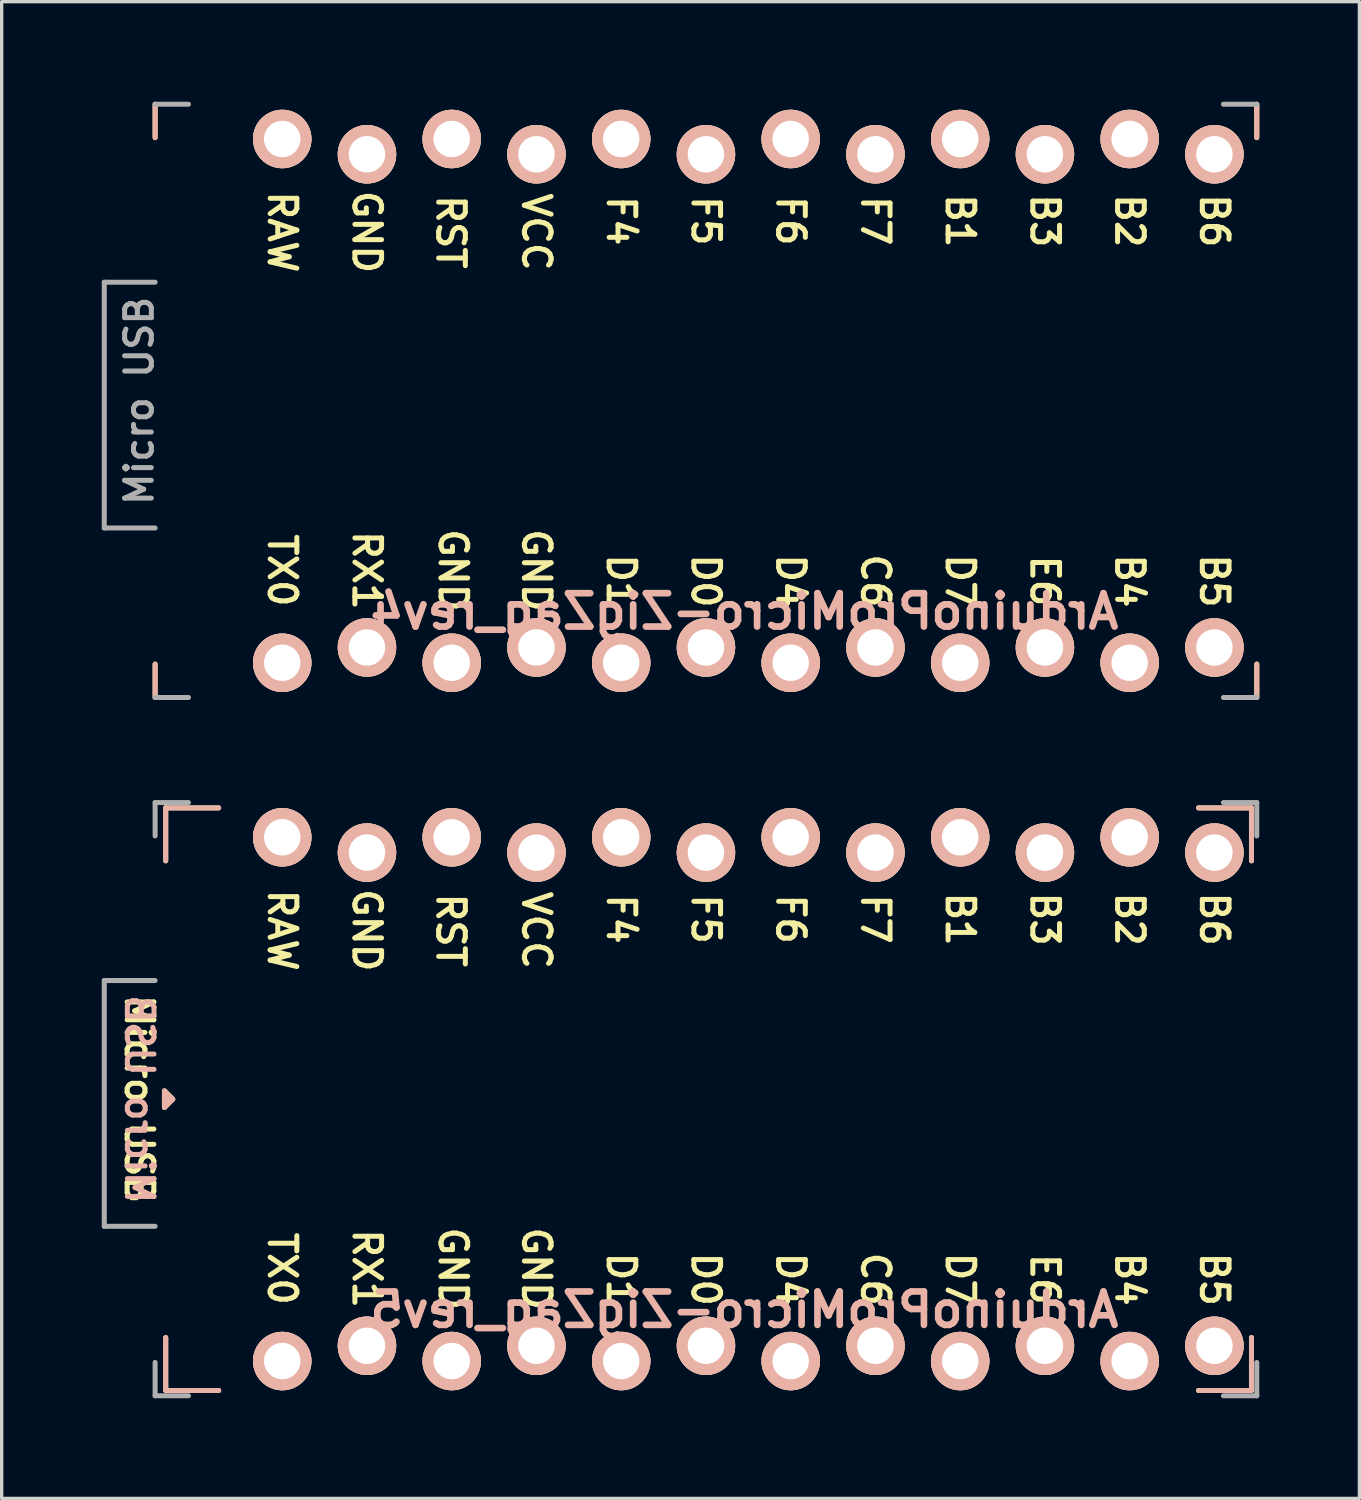
<source format=kicad_pcb>
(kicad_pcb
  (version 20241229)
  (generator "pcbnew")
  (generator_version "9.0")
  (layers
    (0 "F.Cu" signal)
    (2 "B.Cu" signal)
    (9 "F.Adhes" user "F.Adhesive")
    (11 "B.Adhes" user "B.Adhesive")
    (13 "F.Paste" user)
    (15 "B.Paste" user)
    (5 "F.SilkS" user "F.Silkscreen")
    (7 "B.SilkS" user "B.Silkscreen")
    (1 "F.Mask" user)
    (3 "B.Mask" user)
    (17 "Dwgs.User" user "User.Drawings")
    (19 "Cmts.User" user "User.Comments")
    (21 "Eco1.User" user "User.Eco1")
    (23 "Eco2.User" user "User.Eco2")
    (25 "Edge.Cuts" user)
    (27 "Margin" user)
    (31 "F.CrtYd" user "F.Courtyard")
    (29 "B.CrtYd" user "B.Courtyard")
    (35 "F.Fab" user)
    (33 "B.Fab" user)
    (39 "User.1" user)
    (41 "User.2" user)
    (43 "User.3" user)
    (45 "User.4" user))
  (footprint "ArduinoProMicro-ZigZag_rev5"
    (layer "F.Cu")
    (at 19.379 29.895)
    (property "Reference" "ArduinoProMicro-ZigZag_rev5" (at -0.118 6.312 0) (layer "B.SilkS") (effects (font (size 1 1) (thickness 0.2)) (justify mirror)))
    (attr through_hole)
    (fp_line (start -17.462 -8.731) (end -17.462 -7.144) (stroke (width 0.15) (type solid)) (layer "F.SilkS"))
    (fp_line (start -17.462 7.144) (end -17.462 8.731) (stroke (width 0.15) (type solid)) (layer "F.SilkS"))
    (fp_line (start -17.462 8.731) (end -15.875 8.731) (stroke (width 0.15) (type solid)) (layer "F.SilkS"))
    (fp_line (start -15.875 -8.731) (end -17.462 -8.731) (stroke (width 0.15) (type solid)) (layer "F.SilkS"))
    (fp_line (start 15.081 -8.731) (end 13.494 -8.731) (stroke (width 0.15) (type solid)) (layer "F.SilkS"))
    (fp_line (start 15.081 -7.144) (end 15.081 -8.731) (stroke (width 0.15) (type solid)) (layer "F.SilkS"))
    (fp_line (start 15.081 7.144) (end 15.081 8.731) (stroke (width 0.15) (type solid)) (layer "F.SilkS"))
    (fp_line (start 15.081 8.731) (end 13.494 8.731) (stroke (width 0.15) (type solid)) (layer "F.SilkS"))
    (fp_poly (pts (xy -17.5 -0.25) (xy -17.5 0.25) (xy -17.25 0)) (stroke (width 0.15) (type solid)) (fill yes) (layer "F.SilkS"))
    (fp_line (start -17.462 -8.731) (end -17.462 -7.144) (stroke (width 0.15) (type solid)) (layer "B.SilkS"))
    (fp_line (start -17.462 7.144) (end -17.462 8.731) (stroke (width 0.15) (type solid)) (layer "B.SilkS"))
    (fp_line (start -17.462 8.731) (end -15.875 8.731) (stroke (width 0.15) (type solid)) (layer "B.SilkS"))
    (fp_line (start -15.875 -8.731) (end -17.462 -8.731) (stroke (width 0.15) (type solid)) (layer "B.SilkS"))
    (fp_line (start 13.494 8.731) (end 15.081 8.731) (stroke (width 0.15) (type solid)) (layer "B.SilkS"))
    (fp_line (start 15.081 -8.731) (end 13.494 -8.731) (stroke (width 0.15) (type solid)) (layer "B.SilkS"))
    (fp_line (start 15.081 -7.144) (end 15.081 -8.731) (stroke (width 0.15) (type solid)) (layer "B.SilkS"))
    (fp_line (start 15.081 8.731) (end 15.081 7.144) (stroke (width 0.15) (type solid)) (layer "B.SilkS"))
    (fp_poly (pts (xy -17.5 -0.25) (xy -17.5 0.25) (xy -17.25 0)) (stroke (width 0.15) (type solid)) (fill yes) (layer "B.SilkS"))
    (fp_line (start -19.304 -3.556) (end -17.78 -3.556) (stroke (width 0.15) (type solid)) (layer "F.Fab"))
    (fp_line (start -19.304 3.81) (end -19.304 -3.556) (stroke (width 0.15) (type solid)) (layer "F.Fab"))
    (fp_line (start -17.78 -8.89) (end -17.78 -7.89) (stroke (width 0.15) (type solid)) (layer "F.Fab"))
    (fp_line (start -17.78 -8.89) (end -16.78 -8.89) (stroke (width 0.15) (type solid)) (layer "F.Fab"))
    (fp_line (start -17.78 3.81) (end -19.304 3.81) (stroke (width 0.15) (type solid)) (layer "F.Fab"))
    (fp_line (start -17.78 7.89) (end -17.78 8.89) (stroke (width 0.15) (type solid)) (layer "F.Fab"))
    (fp_line (start -17.78 8.89) (end -16.78 8.89) (stroke (width 0.15) (type solid)) (layer "F.Fab"))
    (fp_line (start 15.24 -8.89) (end 14.24 -8.89) (stroke (width 0.15) (type solid)) (layer "F.Fab"))
    (fp_line (start 15.24 -8.89) (end 15.24 -7.89) (stroke (width 0.15) (type solid)) (layer "F.Fab"))
    (fp_line (start 15.24 8.89) (end 14.24 8.89) (stroke (width 0.15) (type solid)) (layer "F.Fab"))
    (fp_line (start 15.24 8.89) (end 15.24 7.89) (stroke (width 0.15) (type solid)) (layer "F.Fab"))
    (fp_text user "B4" (at 11.43 5.397 270) (unlocked yes) (layer "F.SilkS") (effects (font (size 0.8 0.8) (thickness 0.15))))
    (fp_text user "RX1" (at -11.43 5.08 270) (unlocked yes) (layer "F.SilkS") (effects (font (size 0.8 0.8) (thickness 0.15))))
    (fp_text user "VCC" (at -6.35 -5.062 270) (unlocked yes) (layer "F.SilkS") (effects (font (size 0.8 0.8) (thickness 0.15))))
    (fp_text user "GND" (at -8.849 5.08 270) (unlocked yes) (layer "F.SilkS") (effects (font (size 0.8 0.8) (thickness 0.15))))
    (fp_text user "F5" (at -1.27 -5.397 270) (unlocked yes) (layer "F.SilkS") (effects (font (size 0.8 0.8) (thickness 0.15))))
    (fp_text user "GND" (at -11.43 -5.062 270) (unlocked yes) (layer "F.SilkS") (effects (font (size 0.8 0.8) (thickness 0.15))))
    (fp_text user "D7" (at 6.35 5.397 270) (unlocked yes) (layer "F.SilkS") (effects (font (size 0.8 0.8) (thickness 0.15))))
    (fp_text user "B3" (at 8.89 -5.397 270) (unlocked yes) (layer "F.SilkS") (effects (font (size 0.8 0.8) (thickness 0.15))))
    (fp_text user "GND" (at -6.35 5.08 270) (unlocked yes) (layer "F.SilkS") (effects (font (size 0.8 0.8) (thickness 0.15))))
    (fp_text user "TX0" (at -13.97 5.08 270) (unlocked yes) (layer "F.SilkS") (effects (font (size 0.8 0.8) (thickness 0.15))))
    (fp_text user "E6" (at 8.89 5.397 270) (unlocked yes) (layer "F.SilkS") (effects (font (size 0.8 0.8) (thickness 0.15))))
    (fp_text user "RST" (at -8.92 -5.062 270) (unlocked yes) (layer "F.SilkS") (effects (font (size 0.8 0.8) (thickness 0.15))))
    (fp_text user "F7" (at 3.81 -5.397 270) (unlocked yes) (layer "F.SilkS") (effects (font (size 0.8 0.8) (thickness 0.15))))
    (fp_text user "B1" (at 6.35 -5.397 270) (unlocked yes) (layer "F.SilkS") (effects (font (size 0.8 0.8) (thickness 0.15))))
    (fp_text user "D0" (at -1.27 5.397 270) (unlocked yes) (layer "F.SilkS") (effects (font (size 0.8 0.8) (thickness 0.15))))
    (fp_text user "F6" (at 1.27 -5.397 270) (unlocked yes) (layer "F.SilkS") (effects (font (size 0.8 0.8) (thickness 0.15))))
    (fp_text user "C6" (at 3.81 5.397 270) (unlocked yes) (layer "F.SilkS") (effects (font (size 0.8 0.8) (thickness 0.15))))
    (fp_text user "B5" (at 13.97 5.397 270) (unlocked yes) (layer "F.SilkS") (effects (font (size 0.8 0.8) (thickness 0.15))))
    (fp_text user "Micro USB" (at -18.256 0 270) (unlocked yes) (layer "F.SilkS") (effects (font (size 0.8 0.8) (thickness 0.15))))
    (fp_text user "RAW" (at -13.97 -5.062 270) (unlocked yes) (layer "F.SilkS") (effects (font (size 0.8 0.8) (thickness 0.15))))
    (fp_text user "B6" (at 13.97 -5.397 270) (unlocked yes) (layer "F.SilkS") (effects (font (size 0.8 0.8) (thickness 0.15))))
    (fp_text user "F4" (at -3.81 -5.397 270) (unlocked yes) (layer "F.SilkS") (effects (font (size 0.8 0.8) (thickness 0.15))))
    (fp_text user "D4" (at 1.27 5.397 270) (unlocked yes) (layer "F.SilkS") (effects (font (size 0.8 0.8) (thickness 0.15))))
    (fp_text user "D1" (at -3.81 5.397 270) (unlocked yes) (layer "F.SilkS") (effects (font (size 0.8 0.8) (thickness 0.15))))
    (fp_text user "B2" (at 11.43 -5.397 270) (unlocked yes) (layer "F.SilkS") (effects (font (size 0.8 0.8) (thickness 0.15))))
    (fp_text user "Micro USB" (at -18.25 0 270) (unlocked yes) (layer "B.SilkS") (effects (font (size 0.8 0.8) (thickness 0.15)) (justify mirror)))
    (pad "1" thru_hole circle (at -13.97 7.849) (size 1.753 1.753) (drill 1.092) (layers "*.Cu" "*.SilkS" "*.Mask"))
    (pad "2" thru_hole circle (at -11.43 7.391) (size 1.753 1.753) (drill 1.092) (layers "*.Cu" "*.SilkS" "*.Mask"))
    (pad "3" thru_hole circle (at -8.89 7.849) (size 1.753 1.753) (drill 1.092) (layers "*.Cu" "*.SilkS" "*.Mask"))
    (pad "4" thru_hole circle (at -6.35 7.391) (size 1.753 1.753) (drill 1.092) (layers "*.Cu" "*.SilkS" "*.Mask"))
    (pad "5" thru_hole circle (at -3.81 7.849) (size 1.753 1.753) (drill 1.092) (layers "*.Cu" "*.SilkS" "*.Mask"))
    (pad "6" thru_hole circle (at -1.27 7.391) (size 1.753 1.753) (drill 1.092) (layers "*.Cu" "*.SilkS" "*.Mask"))
    (pad "7" thru_hole circle (at 1.27 7.849) (size 1.753 1.753) (drill 1.092) (layers "*.Cu" "*.SilkS" "*.Mask"))
    (pad "8" thru_hole circle (at 3.81 7.391) (size 1.753 1.753) (drill 1.092) (layers "*.Cu" "*.SilkS" "*.Mask"))
    (pad "9" thru_hole circle (at 6.35 7.849) (size 1.753 1.753) (drill 1.092) (layers "*.Cu" "*.SilkS" "*.Mask"))
    (pad "10" thru_hole circle (at 8.89 7.391) (size 1.753 1.753) (drill 1.092) (layers "*.Cu" "*.SilkS" "*.Mask"))
    (pad "11" thru_hole circle (at 11.43 7.849) (size 1.753 1.753) (drill 1.092) (layers "*.Cu" "*.SilkS" "*.Mask"))
    (pad "12" thru_hole circle (at 13.97 7.391) (size 1.753 1.753) (drill 1.092) (layers "*.Cu" "*.SilkS" "*.Mask"))
    (pad "13" thru_hole circle (at 13.97 -7.391) (size 1.753 1.753) (drill 1.092) (layers "*.Cu" "*.SilkS" "*.Mask"))
    (pad "14" thru_hole circle (at 11.43 -7.849) (size 1.753 1.753) (drill 1.092) (layers "*.Cu" "*.SilkS" "*.Mask"))
    (pad "15" thru_hole circle (at 8.89 -7.391) (size 1.753 1.753) (drill 1.092) (layers "*.Cu" "*.SilkS" "*.Mask"))
    (pad "16" thru_hole circle (at 6.35 -7.849) (size 1.753 1.753) (drill 1.092) (layers "*.Cu" "*.SilkS" "*.Mask"))
    (pad "17" thru_hole circle (at 3.81 -7.391) (size 1.753 1.753) (drill 1.092) (layers "*.Cu" "*.SilkS" "*.Mask"))
    (pad "18" thru_hole circle (at 1.27 -7.849) (size 1.753 1.753) (drill 1.092) (layers "*.Cu" "*.SilkS" "*.Mask"))
    (pad "19" thru_hole circle (at -1.27 -7.391) (size 1.753 1.753) (drill 1.092) (layers "*.Cu" "*.SilkS" "*.Mask"))
    (pad "20" thru_hole circle (at -3.81 -7.849) (size 1.753 1.753) (drill 1.092) (layers "*.Cu" "*.SilkS" "*.Mask"))
    (pad "21" thru_hole circle (at -6.35 -7.391) (size 1.753 1.753) (drill 1.092) (layers "*.Cu" "*.SilkS" "*.Mask"))
    (pad "22" thru_hole circle (at -8.89 -7.849) (size 1.753 1.753) (drill 1.092) (layers "*.Cu" "*.SilkS" "*.Mask"))
    (pad "23" thru_hole circle (at -11.43 -7.391) (size 1.753 1.753) (drill 1.092) (layers "*.Cu" "*.SilkS" "*.Mask"))
    (pad "24" thru_hole circle (at -13.97 -7.849) (size 1.753 1.753) (drill 1.092) (layers "*.Cu" "*.SilkS" "*.Mask")))
  (footprint "ArduinoProMicro-ZigZag_rev4"
    (layer "F.Cu")
    (at 19.379 8.965)
    (property "Reference" "ArduinoProMicro-ZigZag_rev4" (at -0.118 6.312 0) (layer "B.SilkS") (effects (font (size 1 1) (thickness 0.2)) (justify mirror)))
    (attr through_hole)
    (fp_line (start -17.78 -8.89) (end -17.78 -7.89) (stroke (width 0.15) (type solid)) (layer "F.SilkS"))
    (fp_line (start -17.78 7.89) (end -17.78 8.89) (stroke (width 0.15) (type solid)) (layer "F.SilkS"))
    (fp_line (start 15.24 -8.89) (end 15.24 -7.89) (stroke (width 0.15) (type solid)) (layer "F.SilkS"))
    (fp_line (start 15.24 8.89) (end 15.24 7.89) (stroke (width 0.15) (type solid)) (layer "F.SilkS"))
    (fp_line (start -17.78 -8.89) (end -17.78 -7.89) (stroke (width 0.15) (type solid)) (layer "B.SilkS"))
    (fp_line (start -17.78 7.89) (end -17.78 8.89) (stroke (width 0.15) (type solid)) (layer "B.SilkS"))
    (fp_line (start 15.24 -8.89) (end 15.24 -7.89) (stroke (width 0.15) (type solid)) (layer "B.SilkS"))
    (fp_line (start 15.24 8.89) (end 15.24 7.89) (stroke (width 0.15) (type solid)) (layer "B.SilkS"))
    (fp_line (start -19.304 -3.556) (end -17.78 -3.556) (stroke (width 0.15) (type solid)) (layer "F.Fab"))
    (fp_line (start -19.304 3.81) (end -19.304 -3.556) (stroke (width 0.15) (type solid)) (layer "F.Fab"))
    (fp_line (start -17.78 -8.89) (end -16.78 -8.89) (stroke (width 0.15) (type solid)) (layer "F.Fab"))
    (fp_line (start -17.78 3.81) (end -19.304 3.81) (stroke (width 0.15) (type solid)) (layer "F.Fab"))
    (fp_line (start -17.78 8.89) (end -16.78 8.89) (stroke (width 0.15) (type solid)) (layer "F.Fab"))
    (fp_line (start 15.24 -8.89) (end 14.24 -8.89) (stroke (width 0.15) (type solid)) (layer "F.Fab"))
    (fp_line (start 15.24 8.89) (end 14.24 8.89) (stroke (width 0.15) (type solid)) (layer "F.Fab"))
    (fp_text user "B1" (at 6.35 -5.397 270) (unlocked yes) (layer "F.SilkS") (effects (font (size 0.8 0.8) (thickness 0.15))))
    (fp_text user "GND" (at -6.35 5.08 270) (unlocked yes) (layer "F.SilkS") (effects (font (size 0.8 0.8) (thickness 0.15))))
    (fp_text user "VCC" (at -6.35 -5.062 270) (unlocked yes) (layer "F.SilkS") (effects (font (size 0.8 0.8) (thickness 0.15))))
    (fp_text user "RST" (at -8.92 -5.062 270) (unlocked yes) (layer "F.SilkS") (effects (font (size 0.8 0.8) (thickness 0.15))))
    (fp_text user "RAW" (at -13.97 -5.062 270) (unlocked yes) (layer "F.SilkS") (effects (font (size 0.8 0.8) (thickness 0.15))))
    (fp_text user "F6" (at 1.27 -5.397 270) (unlocked yes) (layer "F.SilkS") (effects (font (size 0.8 0.8) (thickness 0.15))))
    (fp_text user "D0" (at -1.27 5.397 270) (unlocked yes) (layer "F.SilkS") (effects (font (size 0.8 0.8) (thickness 0.15))))
    (fp_text user "D1" (at -3.81 5.397 270) (unlocked yes) (layer "F.SilkS") (effects (font (size 0.8 0.8) (thickness 0.15))))
    (fp_text user "RX1" (at -11.43 5.08 270) (unlocked yes) (layer "F.SilkS") (effects (font (size 0.8 0.8) (thickness 0.15))))
    (fp_text user "GND" (at -11.43 -5.062 270) (unlocked yes) (layer "F.SilkS") (effects (font (size 0.8 0.8) (thickness 0.15))))
    (fp_text user "B4" (at 11.43 5.397 270) (unlocked yes) (layer "F.SilkS") (effects (font (size 0.8 0.8) (thickness 0.15))))
    (fp_text user "B2" (at 11.43 -5.397 270) (unlocked yes) (layer "F.SilkS") (effects (font (size 0.8 0.8) (thickness 0.15))))
    (fp_text user "F5" (at -1.27 -5.397 270) (unlocked yes) (layer "F.SilkS") (effects (font (size 0.8 0.8) (thickness 0.15))))
    (fp_text user "F7" (at 3.81 -5.397 270) (unlocked yes) (layer "F.SilkS") (effects (font (size 0.8 0.8) (thickness 0.15))))
    (fp_text user "D7" (at 6.35 5.397 270) (unlocked yes) (layer "F.SilkS") (effects (font (size 0.8 0.8) (thickness 0.15))))
    (fp_text user "B5" (at 13.97 5.397 270) (unlocked yes) (layer "F.SilkS") (effects (font (size 0.8 0.8) (thickness 0.15))))
    (fp_text user "D4" (at 1.27 5.397 270) (unlocked yes) (layer "F.SilkS") (effects (font (size 0.8 0.8) (thickness 0.15))))
    (fp_text user "GND" (at -8.849 5.08 270) (unlocked yes) (layer "F.SilkS") (effects (font (size 0.8 0.8) (thickness 0.15))))
    (fp_text user "TX0" (at -13.97 5.08 270) (unlocked yes) (layer "F.SilkS") (effects (font (size 0.8 0.8) (thickness 0.15))))
    (fp_text user "C6" (at 3.81 5.397 270) (unlocked yes) (layer "F.SilkS") (effects (font (size 0.8 0.8) (thickness 0.15))))
    (fp_text user "E6" (at 8.89 5.397 270) (unlocked yes) (layer "F.SilkS") (effects (font (size 0.8 0.8) (thickness 0.15))))
    (fp_text user "B3" (at 8.89 -5.397 270) (unlocked yes) (layer "F.SilkS") (effects (font (size 0.8 0.8) (thickness 0.15))))
    (fp_text user "F4" (at -3.81 -5.397 270) (unlocked yes) (layer "F.SilkS") (effects (font (size 0.8 0.8) (thickness 0.15))))
    (fp_text user "B6" (at 13.97 -5.397 270) (unlocked yes) (layer "F.SilkS") (effects (font (size 0.8 0.8) (thickness 0.15))))
    (fp_text user "Micro USB" (at -18.256 0 90) (layer "F.Fab") (effects (font (size 0.8 0.8) (thickness 0.15))))
    (pad "1" thru_hole circle (at -13.97 7.849) (size 1.753 1.753) (drill 1.092) (layers "*.Cu" "*.SilkS" "*.Mask"))
    (pad "2" thru_hole circle (at -11.43 7.391) (size 1.753 1.753) (drill 1.092) (layers "*.Cu" "*.SilkS" "*.Mask"))
    (pad "3" thru_hole circle (at -8.89 7.849) (size 1.753 1.753) (drill 1.092) (layers "*.Cu" "*.SilkS" "*.Mask"))
    (pad "4" thru_hole circle (at -6.35 7.391) (size 1.753 1.753) (drill 1.092) (layers "*.Cu" "*.SilkS" "*.Mask"))
    (pad "5" thru_hole circle (at -3.81 7.849) (size 1.753 1.753) (drill 1.092) (layers "*.Cu" "*.SilkS" "*.Mask"))
    (pad "6" thru_hole circle (at -1.27 7.391) (size 1.753 1.753) (drill 1.092) (layers "*.Cu" "*.SilkS" "*.Mask"))
    (pad "7" thru_hole circle (at 1.27 7.849) (size 1.753 1.753) (drill 1.092) (layers "*.Cu" "*.SilkS" "*.Mask"))
    (pad "8" thru_hole circle (at 3.81 7.391) (size 1.753 1.753) (drill 1.092) (layers "*.Cu" "*.SilkS" "*.Mask"))
    (pad "9" thru_hole circle (at 6.35 7.849) (size 1.753 1.753) (drill 1.092) (layers "*.Cu" "*.SilkS" "*.Mask"))
    (pad "10" thru_hole circle (at 8.89 7.391) (size 1.753 1.753) (drill 1.092) (layers "*.Cu" "*.SilkS" "*.Mask"))
    (pad "11" thru_hole circle (at 11.43 7.849) (size 1.753 1.753) (drill 1.092) (layers "*.Cu" "*.SilkS" "*.Mask"))
    (pad "12" thru_hole circle (at 13.97 7.391) (size 1.753 1.753) (drill 1.092) (layers "*.Cu" "*.SilkS" "*.Mask"))
    (pad "13" thru_hole circle (at 13.97 -7.391) (size 1.753 1.753) (drill 1.092) (layers "*.Cu" "*.SilkS" "*.Mask"))
    (pad "14" thru_hole circle (at 11.43 -7.849) (size 1.753 1.753) (drill 1.092) (layers "*.Cu" "*.SilkS" "*.Mask"))
    (pad "15" thru_hole circle (at 8.89 -7.391) (size 1.753 1.753) (drill 1.092) (layers "*.Cu" "*.SilkS" "*.Mask"))
    (pad "16" thru_hole circle (at 6.35 -7.849) (size 1.753 1.753) (drill 1.092) (layers "*.Cu" "*.SilkS" "*.Mask"))
    (pad "17" thru_hole circle (at 3.81 -7.391) (size 1.753 1.753) (drill 1.092) (layers "*.Cu" "*.SilkS" "*.Mask"))
    (pad "18" thru_hole circle (at 1.27 -7.849) (size 1.753 1.753) (drill 1.092) (layers "*.Cu" "*.SilkS" "*.Mask"))
    (pad "19" thru_hole circle (at -1.27 -7.391) (size 1.753 1.753) (drill 1.092) (layers "*.Cu" "*.SilkS" "*.Mask"))
    (pad "20" thru_hole circle (at -3.81 -7.849) (size 1.753 1.753) (drill 1.092) (layers "*.Cu" "*.SilkS" "*.Mask"))
    (pad "21" thru_hole circle (at -6.35 -7.391) (size 1.753 1.753) (drill 1.092) (layers "*.Cu" "*.SilkS" "*.Mask"))
    (pad "22" thru_hole circle (at -8.89 -7.849) (size 1.753 1.753) (drill 1.092) (layers "*.Cu" "*.SilkS" "*.Mask"))
    (pad "23" thru_hole circle (at -11.43 -7.391) (size 1.753 1.753) (drill 1.092) (layers "*.Cu" "*.SilkS" "*.Mask"))
    (pad "24" thru_hole circle (at -13.97 -7.849) (size 1.753 1.753) (drill 1.092) (layers "*.Cu" "*.SilkS" "*.Mask")))
  (gr_rect
    (start -3 -3)
    (end 37.694 41.86)
    (stroke (width 0.1) (type default))
    (fill no)
    (layer "Edge.Cuts")))
</source>
